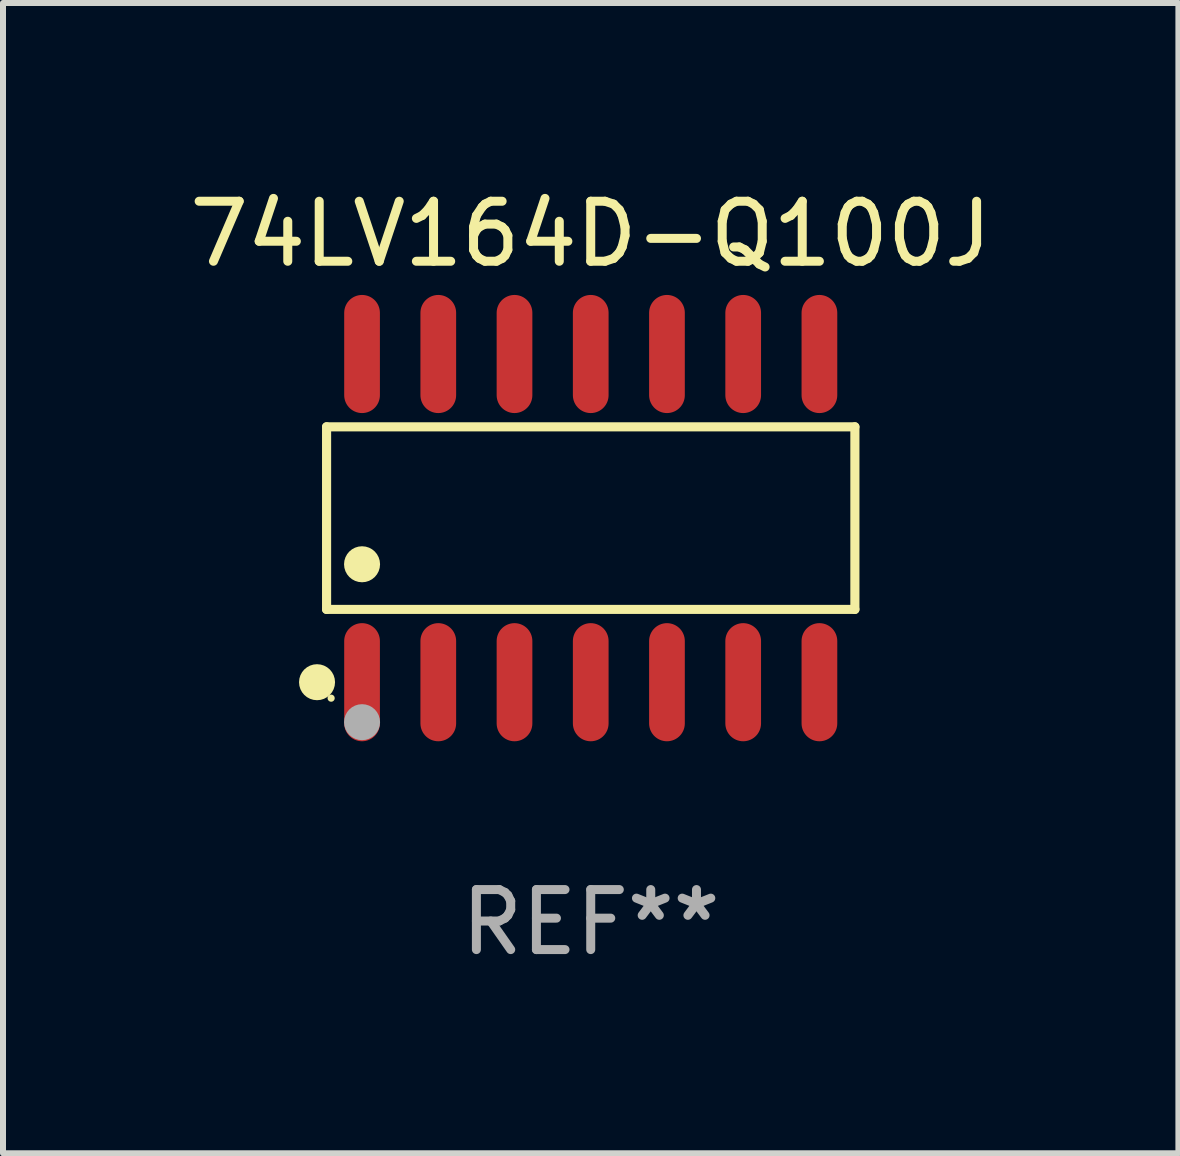
<source format=kicad_pcb>
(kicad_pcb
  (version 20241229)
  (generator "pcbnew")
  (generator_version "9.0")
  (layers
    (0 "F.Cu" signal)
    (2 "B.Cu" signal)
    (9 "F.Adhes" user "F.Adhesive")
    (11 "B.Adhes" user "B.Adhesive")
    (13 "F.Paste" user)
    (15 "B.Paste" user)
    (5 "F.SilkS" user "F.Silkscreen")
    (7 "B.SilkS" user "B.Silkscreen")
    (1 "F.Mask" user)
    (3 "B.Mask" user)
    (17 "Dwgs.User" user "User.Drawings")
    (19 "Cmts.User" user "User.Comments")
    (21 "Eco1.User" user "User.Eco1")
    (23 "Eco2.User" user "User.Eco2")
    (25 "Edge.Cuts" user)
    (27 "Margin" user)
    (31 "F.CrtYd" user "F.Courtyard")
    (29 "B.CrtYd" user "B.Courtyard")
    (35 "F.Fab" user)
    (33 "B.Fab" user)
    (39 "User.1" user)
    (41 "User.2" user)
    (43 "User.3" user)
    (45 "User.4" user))
  (footprint "74LV164D-Q100J"
    (layer "F.Cu")
    (at 6.792 5.582)
    (property "Reference" "74LV164D-Q100J" (at 0 -4.734 0) (layer "F.SilkS") (effects (font (size 1 1) (thickness 0.15))))
    (attr through_hole)
    (fp_line (start -4.401 -1.521) (end 4.401 -1.521) (stroke (width 0.152) (type solid)) (layer "F.SilkS"))
    (fp_line (start -4.401 1.521) (end -4.401 -1.521) (stroke (width 0.152) (type solid)) (layer "F.SilkS"))
    (fp_line (start 4.401 -1.521) (end 4.401 1.521) (stroke (width 0.152) (type solid)) (layer "F.SilkS"))
    (fp_line (start 4.401 1.521) (end -4.401 1.521) (stroke (width 0.152) (type solid)) (layer "F.SilkS"))
    (fp_circle (center -4.56 2.734) (end -4.41 2.734) (stroke (width 0.3) (type solid)) (fill no) (layer "F.SilkS"))
    (fp_circle (center -4.325 3) (end -4.295 3) (stroke (width 0.06) (type solid)) (fill no) (layer "F.SilkS"))
    (fp_circle (center -3.81 0.769) (end -3.66 0.769) (stroke (width 0.3) (type solid)) (fill no) (layer "F.SilkS"))
    (fp_circle (center -3.81 3.4) (end -3.66 3.4) (stroke (width 0.3) (type solid)) (fill no) (layer "F.Fab"))
    (fp_text user "REF**" (at 0 6.734 0) (layer "F.Fab") (effects (font (size 1 1) (thickness 0.15))))
    (pad "1" smd oval (at -3.81 2.734) (size 0.595 1.968) (layers "F.Cu" "F.Mask" "F.Paste"))
    (pad "2" smd oval (at -2.54 2.734) (size 0.595 1.968) (layers "F.Cu" "F.Mask" "F.Paste"))
    (pad "3" smd oval (at -1.27 2.734) (size 0.595 1.968) (layers "F.Cu" "F.Mask" "F.Paste"))
    (pad "4" smd oval (at 0 2.734) (size 0.595 1.968) (layers "F.Cu" "F.Mask" "F.Paste"))
    (pad "5" smd oval (at 1.27 2.734) (size 0.595 1.968) (layers "F.Cu" "F.Mask" "F.Paste"))
    (pad "6" smd oval (at 2.54 2.734) (size 0.595 1.968) (layers "F.Cu" "F.Mask" "F.Paste"))
    (pad "7" smd oval (at 3.81 2.734) (size 0.595 1.968) (layers "F.Cu" "F.Mask" "F.Paste"))
    (pad "8" smd oval (at 3.81 -2.734) (size 0.595 1.968) (layers "F.Cu" "F.Mask" "F.Paste"))
    (pad "9" smd oval (at 2.54 -2.734) (size 0.595 1.968) (layers "F.Cu" "F.Mask" "F.Paste"))
    (pad "10" smd oval (at 1.27 -2.734) (size 0.595 1.968) (layers "F.Cu" "F.Mask" "F.Paste"))
    (pad "11" smd oval (at 0 -2.734) (size 0.595 1.968) (layers "F.Cu" "F.Mask" "F.Paste"))
    (pad "12" smd oval (at -1.27 -2.734) (size 0.595 1.968) (layers "F.Cu" "F.Mask" "F.Paste"))
    (pad "13" smd oval (at -2.54 -2.734) (size 0.595 1.968) (layers "F.Cu" "F.Mask" "F.Paste"))
    (pad "14" smd oval (at -3.81 -2.734) (size 0.595 1.968) (layers "F.Cu" "F.Mask" "F.Paste")))
  (gr_rect
    (start -3 -3)
    (end 16.583 16.164)
    (stroke (width 0.1) (type default))
    (fill no)
    (layer "Edge.Cuts")))
</source>
